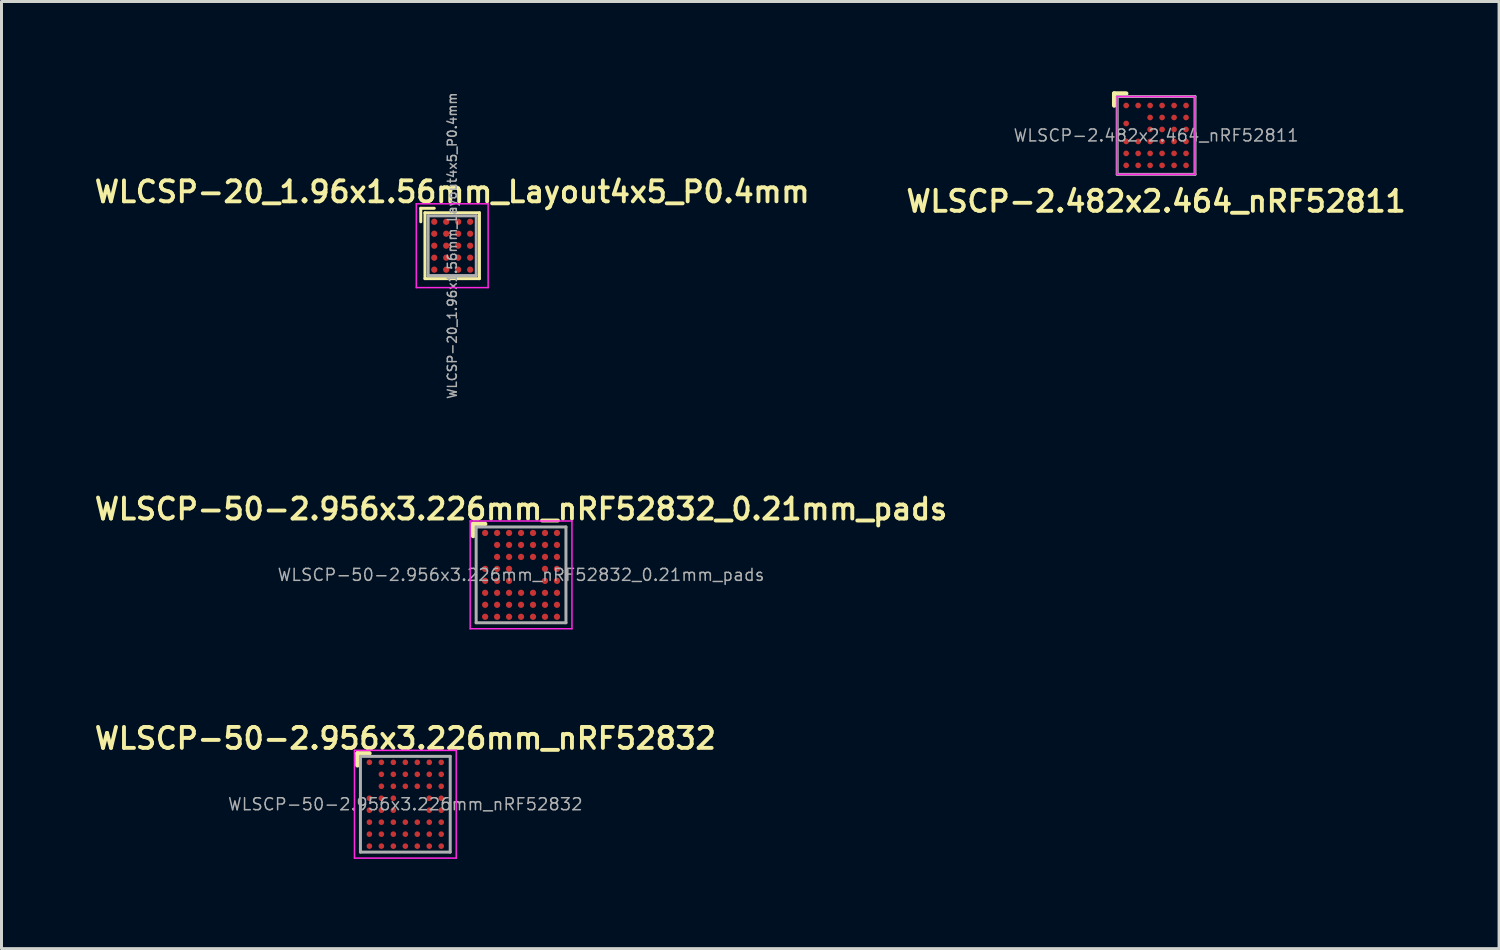
<source format=kicad_pcb>
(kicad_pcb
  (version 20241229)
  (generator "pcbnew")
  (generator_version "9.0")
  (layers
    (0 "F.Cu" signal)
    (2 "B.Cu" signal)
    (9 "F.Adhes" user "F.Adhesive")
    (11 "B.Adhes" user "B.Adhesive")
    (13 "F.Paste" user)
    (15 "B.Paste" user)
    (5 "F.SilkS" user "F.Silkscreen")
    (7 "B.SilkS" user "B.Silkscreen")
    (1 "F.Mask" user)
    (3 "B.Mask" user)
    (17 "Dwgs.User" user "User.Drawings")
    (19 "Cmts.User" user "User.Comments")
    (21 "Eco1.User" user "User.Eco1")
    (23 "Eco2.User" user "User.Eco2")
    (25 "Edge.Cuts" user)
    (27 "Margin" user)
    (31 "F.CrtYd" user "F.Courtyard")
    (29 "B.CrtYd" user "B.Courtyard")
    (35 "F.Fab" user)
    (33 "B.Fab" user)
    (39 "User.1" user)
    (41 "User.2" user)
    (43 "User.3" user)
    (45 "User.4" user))
  (footprint "WLSCP-2.482x2.464_nRF52811"
    (layer "F.Cu")
    (at 35.575 1.475)
    (property "Reference" "WLSCP-2.482x2.464_nRF52811" (at 0 2.2 0) (layer "F.SilkS") (effects (font (size 0.7 0.7) (thickness 0.13))))
    (attr through_hole)
    (fp_line (start -1.4 -1.4) (end -1.4 -1) (stroke (width 0.15) (type solid)) (layer "F.SilkS"))
    (fp_line (start -1.4 -1.4) (end -1 -1.4) (stroke (width 0.15) (type solid)) (layer "F.SilkS"))
    (fp_line (start -1.3 -1.3) (end -1.3 1.3) (stroke (width 0.05) (type solid)) (layer "F.CrtYd"))
    (fp_line (start -1.3 -1.3) (end 1.3 -1.3) (stroke (width 0.05) (type solid)) (layer "F.CrtYd"))
    (fp_line (start 1.3 -1.3) (end 1.3 1.3) (stroke (width 0.05) (type solid)) (layer "F.CrtYd"))
    (fp_line (start 1.3 1.3) (end -1.3 1.3) (stroke (width 0.05) (type solid)) (layer "F.CrtYd"))
    (fp_line (start -1.3 -1.3) (end -1.3 1.3) (stroke (width 0.1) (type solid)) (layer "F.Fab"))
    (fp_line (start -1.3 1.3) (end 1.3 1.3) (stroke (width 0.1) (type solid)) (layer "F.Fab"))
    (fp_line (start 1.3 -1.3) (end -1.3 -1.3) (stroke (width 0.1) (type solid)) (layer "F.Fab"))
    (fp_line (start 1.3 1.3) (end 1.3 -1.3) (stroke (width 0.1) (type solid)) (layer "F.Fab"))
    (fp_text user "${REFERENCE}" (at 0 0 0) (layer "F.Fab") (effects (font (size 0.4 0.4) (thickness 0.05))))
    (pad "A1" smd circle (at -1 -1) (size 0.19 0.19) (layers "F.Cu" "F.Mask" "F.Paste"))
    (pad "A2" smd circle (at -0.6 -1) (size 0.19 0.19) (layers "F.Cu" "F.Mask" "F.Paste"))
    (pad "A3" smd circle (at -0.2 -1) (size 0.19 0.19) (layers "F.Cu" "F.Mask" "F.Paste"))
    (pad "A4" smd circle (at 0.2 -1) (size 0.19 0.19) (layers "F.Cu" "F.Mask" "F.Paste"))
    (pad "A5" smd circle (at 0.6 -1) (size 0.19 0.19) (layers "F.Cu" "F.Mask" "F.Paste"))
    (pad "A6" smd circle (at 1 -1) (size 0.19 0.19) (layers "F.Cu" "F.Mask" "F.Paste"))
    (pad "B3" smd circle (at -0.2 -0.6) (size 0.19 0.19) (layers "F.Cu" "F.Mask" "F.Paste"))
    (pad "B4" smd circle (at 0.2 -0.6) (size 0.19 0.19) (layers "F.Cu" "F.Mask" "F.Paste"))
    (pad "B5" smd circle (at 0.6 -0.6) (size 0.19 0.19) (layers "F.Cu" "F.Mask" "F.Paste"))
    (pad "B6" smd circle (at 1 -0.6) (size 0.19 0.19) (layers "F.Cu" "F.Mask" "F.Paste"))
    (pad "C1" smd circle (at -1 -0.4) (size 0.19 0.19) (layers "F.Cu" "F.Mask" "F.Paste"))
    (pad "D3" smd circle (at -0.2 -0.2) (size 0.19 0.19) (layers "F.Cu" "F.Mask" "F.Paste"))
    (pad "D4" smd circle (at 0.2 -0.2) (size 0.19 0.19) (layers "F.Cu" "F.Mask" "F.Paste"))
    (pad "D5" smd circle (at 0.6 -0.2) (size 0.19 0.19) (layers "F.Cu" "F.Mask" "F.Paste"))
    (pad "D6" smd circle (at 1 -0.2) (size 0.19 0.19) (layers "F.Cu" "F.Mask" "F.Paste"))
    (pad "E1" smd circle (at -1 0.2) (size 0.19 0.19) (layers "F.Cu" "F.Mask" "F.Paste"))
    (pad "E2" smd circle (at -0.6 0.2) (size 0.19 0.19) (layers "F.Cu" "F.Mask" "F.Paste"))
    (pad "E3" smd circle (at -0.2 0.2) (size 0.19 0.19) (layers "F.Cu" "F.Mask" "F.Paste"))
    (pad "E4" smd circle (at 0.2 0.2) (size 0.19 0.19) (layers "F.Cu" "F.Mask" "F.Paste"))
    (pad "E5" smd circle (at 0.6 0.2) (size 0.19 0.19) (layers "F.Cu" "F.Mask" "F.Paste"))
    (pad "E6" smd circle (at 1 0.2) (size 0.19 0.19) (layers "F.Cu" "F.Mask" "F.Paste"))
    (pad "F1" smd circle (at -1 0.6) (size 0.19 0.19) (layers "F.Cu" "F.Mask" "F.Paste"))
    (pad "F2" smd circle (at -0.6 0.6) (size 0.19 0.19) (layers "F.Cu" "F.Mask" "F.Paste"))
    (pad "F3" smd circle (at -0.2 0.6) (size 0.19 0.19) (layers "F.Cu" "F.Mask" "F.Paste"))
    (pad "F4" smd circle (at 0.2 0.6) (size 0.19 0.19) (layers "F.Cu" "F.Mask" "F.Paste"))
    (pad "F5" smd circle (at 0.6 0.6) (size 0.19 0.19) (layers "F.Cu" "F.Mask" "F.Paste"))
    (pad "F6" smd circle (at 1 0.6) (size 0.19 0.19) (layers "F.Cu" "F.Mask" "F.Paste"))
    (pad "G1" smd circle (at -1 1) (size 0.19 0.19) (layers "F.Cu" "F.Mask" "F.Paste"))
    (pad "G2" smd circle (at -0.6 1) (size 0.19 0.19) (layers "F.Cu" "F.Mask" "F.Paste"))
    (pad "G3" smd circle (at -0.2 1) (size 0.19 0.19) (layers "F.Cu" "F.Mask" "F.Paste"))
    (pad "G4" smd circle (at 0.2 1) (size 0.19 0.19) (layers "F.Cu" "F.Mask" "F.Paste"))
    (pad "G5" smd circle (at 0.6 1) (size 0.19 0.19) (layers "F.Cu" "F.Mask" "F.Paste"))
    (pad "G6" smd circle (at 1 1) (size 0.19 0.19) (layers "F.Cu" "F.Mask" "F.Paste")))
  (footprint "WLSCP-50-2.956x3.226mm_nRF52832"
    (layer "F.Cu")
    (at 10.492 23.819)
    (property "Reference" "WLSCP-50-2.956x3.226mm_nRF52832" (at 0 -2.2 0) (layer "F.SilkS") (effects (font (size 0.7 0.7) (thickness 0.13))))
    (attr through_hole)
    (fp_line (start -1.6 -1.7) (end -1.6 -1.3) (stroke (width 0.15) (type solid)) (layer "F.SilkS"))
    (fp_line (start -1.6 -1.7) (end -1.2 -1.7) (stroke (width 0.15) (type solid)) (layer "F.SilkS"))
    (fp_line (start -1.7 -1.8) (end 1.7 -1.8) (stroke (width 0.05) (type solid)) (layer "F.CrtYd"))
    (fp_line (start -1.7 1.8) (end -1.7 -1.8) (stroke (width 0.05) (type solid)) (layer "F.CrtYd"))
    (fp_line (start 1.7 -1.8) (end 1.7 1.8) (stroke (width 0.05) (type solid)) (layer "F.CrtYd"))
    (fp_line (start 1.7 1.8) (end -1.7 1.8) (stroke (width 0.05) (type solid)) (layer "F.CrtYd"))
    (fp_line (start -1.5 -1.6) (end -1.5 1.6) (stroke (width 0.1) (type solid)) (layer "F.Fab"))
    (fp_line (start -1.5 -1.6) (end 1.5 -1.6) (stroke (width 0.1) (type solid)) (layer "F.Fab"))
    (fp_line (start -1.5 1.6) (end 1.5 1.6) (stroke (width 0.1) (type solid)) (layer "F.Fab"))
    (fp_line (start 1.5 -1.6) (end 1.5 1.6) (stroke (width 0.1) (type solid)) (layer "F.Fab"))
    (fp_text user "${REFERENCE}" (at 0 0 0) (layer "F.Fab") (effects (font (size 0.4 0.4) (thickness 0.05))))
    (pad "A1" smd circle (at -1.2 -1.4) (size 0.188 0.188) (layers "F.Cu" "F.Mask" "F.Paste"))
    (pad "A2" smd circle (at -0.8 -1.4) (size 0.188 0.188) (layers "F.Cu" "F.Mask" "F.Paste"))
    (pad "A3" smd circle (at -0.4 -1.4) (size 0.188 0.188) (layers "F.Cu" "F.Mask" "F.Paste"))
    (pad "A4" smd circle (at 0 -1.4) (size 0.188 0.188) (layers "F.Cu" "F.Mask" "F.Paste"))
    (pad "A5" smd circle (at 0.4 -1.4) (size 0.188 0.188) (layers "F.Cu" "F.Mask" "F.Paste"))
    (pad "A6" smd circle (at 0.8 -1.4) (size 0.188 0.188) (layers "F.Cu" "F.Mask" "F.Paste"))
    (pad "A7" smd circle (at 1.2 -1.4) (size 0.188 0.188) (layers "F.Cu" "F.Mask" "F.Paste"))
    (pad "B2" smd circle (at -0.8 -1) (size 0.188 0.188) (layers "F.Cu" "F.Mask" "F.Paste"))
    (pad "B3" smd circle (at -0.4 -1) (size 0.188 0.188) (layers "F.Cu" "F.Mask" "F.Paste"))
    (pad "B4" smd circle (at 0 -1) (size 0.188 0.188) (layers "F.Cu" "F.Mask" "F.Paste"))
    (pad "B5" smd circle (at 0.4 -1) (size 0.188 0.188) (layers "F.Cu" "F.Mask" "F.Paste"))
    (pad "B6" smd circle (at 0.8 -1) (size 0.188 0.188) (layers "F.Cu" "F.Mask" "F.Paste"))
    (pad "B7" smd circle (at 1.2 -1) (size 0.188 0.188) (layers "F.Cu" "F.Mask" "F.Paste"))
    (pad "C2" smd circle (at -0.8 -0.6) (size 0.188 0.188) (layers "F.Cu" "F.Mask" "F.Paste"))
    (pad "C3" smd circle (at -0.4 -0.6) (size 0.188 0.188) (layers "F.Cu" "F.Mask" "F.Paste"))
    (pad "C4" smd circle (at 0 -0.6) (size 0.188 0.188) (layers "F.Cu" "F.Mask" "F.Paste"))
    (pad "C5" smd circle (at 0.4 -0.6) (size 0.188 0.188) (layers "F.Cu" "F.Mask" "F.Paste"))
    (pad "C6" smd circle (at 0.8 -0.6) (size 0.188 0.188) (layers "F.Cu" "F.Mask" "F.Paste"))
    (pad "C7" smd circle (at 1.2 -0.6) (size 0.188 0.188) (layers "F.Cu" "F.Mask" "F.Paste"))
    (pad "D1" smd circle (at -1.2 -0.2) (size 0.188 0.188) (layers "F.Cu" "F.Mask" "F.Paste"))
    (pad "D2" smd circle (at -0.8 -0.2) (size 0.188 0.188) (layers "F.Cu" "F.Mask" "F.Paste"))
    (pad "D3" smd circle (at -0.4 -0.2) (size 0.188 0.188) (layers "F.Cu" "F.Mask" "F.Paste"))
    (pad "D6" smd circle (at 0.8 -0.2) (size 0.188 0.188) (layers "F.Cu" "F.Mask" "F.Paste"))
    (pad "D7" smd circle (at 1.2 -0.2) (size 0.188 0.188) (layers "F.Cu" "F.Mask" "F.Paste"))
    (pad "E1" smd circle (at -1.2 0.2) (size 0.188 0.188) (layers "F.Cu" "F.Mask" "F.Paste"))
    (pad "E2" smd circle (at -0.8 0.2) (size 0.188 0.188) (layers "F.Cu" "F.Mask" "F.Paste"))
    (pad "E3" smd circle (at -0.4 0.2) (size 0.188 0.188) (layers "F.Cu" "F.Mask" "F.Paste"))
    (pad "E6" smd circle (at 0.8 0.2) (size 0.188 0.188) (layers "F.Cu" "F.Mask" "F.Paste"))
    (pad "E7" smd circle (at 1.2 0.2) (size 0.188 0.188) (layers "F.Cu" "F.Mask" "F.Paste"))
    (pad "F1" smd circle (at -1.2 0.6) (size 0.188 0.188) (layers "F.Cu" "F.Mask" "F.Paste"))
    (pad "F2" smd circle (at -0.8 0.6) (size 0.188 0.188) (layers "F.Cu" "F.Mask" "F.Paste"))
    (pad "F3" smd circle (at -0.4 0.6) (size 0.188 0.188) (layers "F.Cu" "F.Mask" "F.Paste"))
    (pad "F4" smd circle (at 0 0.6) (size 0.188 0.188) (layers "F.Cu" "F.Mask" "F.Paste"))
    (pad "F5" smd circle (at 0.4 0.6) (size 0.188 0.188) (layers "F.Cu" "F.Mask" "F.Paste"))
    (pad "F6" smd circle (at 0.8 0.6) (size 0.188 0.188) (layers "F.Cu" "F.Mask" "F.Paste"))
    (pad "F7" smd circle (at 1.2 0.6) (size 0.188 0.188) (layers "F.Cu" "F.Mask" "F.Paste"))
    (pad "G1" smd circle (at -1.2 1) (size 0.188 0.188) (layers "F.Cu" "F.Mask" "F.Paste"))
    (pad "G2" smd circle (at -0.8 1) (size 0.188 0.188) (layers "F.Cu" "F.Mask" "F.Paste"))
    (pad "G3" smd circle (at -0.4 1) (size 0.188 0.188) (layers "F.Cu" "F.Mask" "F.Paste"))
    (pad "G4" smd circle (at 0 1) (size 0.188 0.188) (layers "F.Cu" "F.Mask" "F.Paste"))
    (pad "G5" smd circle (at 0.4 1) (size 0.188 0.188) (layers "F.Cu" "F.Mask" "F.Paste"))
    (pad "G6" smd circle (at 0.8 1) (size 0.188 0.188) (layers "F.Cu" "F.Mask" "F.Paste"))
    (pad "G7" smd circle (at 1.2 1) (size 0.188 0.188) (layers "F.Cu" "F.Mask" "F.Paste"))
    (pad "H1" smd circle (at -1.2 1.4) (size 0.188 0.188) (layers "F.Cu" "F.Mask" "F.Paste"))
    (pad "H2" smd circle (at -0.8 1.4) (size 0.188 0.188) (layers "F.Cu" "F.Mask" "F.Paste"))
    (pad "H3" smd circle (at -0.4 1.4) (size 0.188 0.188) (layers "F.Cu" "F.Mask" "F.Paste"))
    (pad "H4" smd circle (at 0 1.4) (size 0.188 0.188) (layers "F.Cu" "F.Mask" "F.Paste"))
    (pad "H5" smd circle (at 0.4 1.4) (size 0.188 0.188) (layers "F.Cu" "F.Mask" "F.Paste"))
    (pad "H6" smd circle (at 0.8 1.4) (size 0.188 0.188) (layers "F.Cu" "F.Mask" "F.Paste"))
    (pad "H7" smd circle (at 1.2 1.4) (size 0.188 0.188) (layers "F.Cu" "F.Mask" "F.Paste")))
  (footprint "WLSCP-50-2.956x3.226mm_nRF52832_0.21mm_pads"
    (layer "F.Cu")
    (at 14.358 16.156)
    (property "Reference" "WLSCP-50-2.956x3.226mm_nRF52832_0.21mm_pads" (at 0 -2.2 0) (layer "F.SilkS") (effects (font (size 0.7 0.7) (thickness 0.13))))
    (attr smd)
    (fp_line (start -1.6 -1.7) (end -1.6 -1.3) (stroke (width 0.15) (type solid)) (layer "F.SilkS"))
    (fp_line (start -1.6 -1.7) (end -1.2 -1.7) (stroke (width 0.15) (type solid)) (layer "F.SilkS"))
    (fp_line (start -1.7 -1.8) (end 1.7 -1.8) (stroke (width 0.05) (type solid)) (layer "F.CrtYd"))
    (fp_line (start -1.7 1.8) (end -1.7 -1.8) (stroke (width 0.05) (type solid)) (layer "F.CrtYd"))
    (fp_line (start 1.7 -1.8) (end 1.7 1.8) (stroke (width 0.05) (type solid)) (layer "F.CrtYd"))
    (fp_line (start 1.7 1.8) (end -1.7 1.8) (stroke (width 0.05) (type solid)) (layer "F.CrtYd"))
    (fp_line (start -1.5 -1.6) (end -1.5 1.6) (stroke (width 0.1) (type solid)) (layer "F.Fab"))
    (fp_line (start -1.5 -1.6) (end 1.5 -1.6) (stroke (width 0.1) (type solid)) (layer "F.Fab"))
    (fp_line (start -1.5 1.6) (end 1.5 1.6) (stroke (width 0.1) (type solid)) (layer "F.Fab"))
    (fp_line (start 1.5 -1.6) (end 1.5 1.6) (stroke (width 0.1) (type solid)) (layer "F.Fab"))
    (fp_text user "${REFERENCE}" (at 0 0 0) (layer "F.Fab") (effects (font (size 0.4 0.4) (thickness 0.05))))
    (pad "A1" smd circle (at -1.2 -1.4) (size 0.21 0.21) (layers "F.Cu" "F.Mask" "F.Paste"))
    (pad "A2" smd circle (at -0.8 -1.4) (size 0.21 0.21) (layers "F.Cu" "F.Mask" "F.Paste"))
    (pad "A3" smd circle (at -0.4 -1.4) (size 0.21 0.21) (layers "F.Cu" "F.Mask" "F.Paste"))
    (pad "A4" smd circle (at 0 -1.4) (size 0.21 0.21) (layers "F.Cu" "F.Mask" "F.Paste"))
    (pad "A5" smd circle (at 0.4 -1.4) (size 0.21 0.21) (layers "F.Cu" "F.Mask" "F.Paste"))
    (pad "A6" smd circle (at 0.8 -1.4) (size 0.21 0.21) (layers "F.Cu" "F.Mask" "F.Paste"))
    (pad "A7" smd circle (at 1.2 -1.4) (size 0.21 0.21) (layers "F.Cu" "F.Mask" "F.Paste"))
    (pad "B2" smd circle (at -0.8 -1) (size 0.21 0.21) (layers "F.Cu" "F.Mask" "F.Paste"))
    (pad "B3" smd circle (at -0.4 -1) (size 0.21 0.21) (layers "F.Cu" "F.Mask" "F.Paste"))
    (pad "B4" smd circle (at 0 -1) (size 0.21 0.21) (layers "F.Cu" "F.Mask" "F.Paste"))
    (pad "B5" smd circle (at 0.4 -1) (size 0.21 0.21) (layers "F.Cu" "F.Mask" "F.Paste"))
    (pad "B6" smd circle (at 0.8 -1) (size 0.21 0.21) (layers "F.Cu" "F.Mask" "F.Paste"))
    (pad "B7" smd circle (at 1.2 -1) (size 0.21 0.21) (layers "F.Cu" "F.Mask" "F.Paste"))
    (pad "C2" smd circle (at -0.8 -0.6) (size 0.21 0.21) (layers "F.Cu" "F.Mask" "F.Paste"))
    (pad "C3" smd circle (at -0.4 -0.6) (size 0.21 0.21) (layers "F.Cu" "F.Mask" "F.Paste"))
    (pad "C4" smd circle (at 0 -0.6) (size 0.21 0.21) (layers "F.Cu" "F.Mask" "F.Paste"))
    (pad "C5" smd circle (at 0.4 -0.6) (size 0.21 0.21) (layers "F.Cu" "F.Mask" "F.Paste"))
    (pad "C6" smd circle (at 0.8 -0.6) (size 0.21 0.21) (layers "F.Cu" "F.Mask" "F.Paste"))
    (pad "C7" smd circle (at 1.2 -0.6) (size 0.21 0.21) (layers "F.Cu" "F.Mask" "F.Paste"))
    (pad "D1" smd circle (at -1.2 -0.2) (size 0.21 0.21) (layers "F.Cu" "F.Mask" "F.Paste"))
    (pad "D2" smd circle (at -0.8 -0.2) (size 0.21 0.21) (layers "F.Cu" "F.Mask" "F.Paste"))
    (pad "D3" smd circle (at -0.4 -0.2) (size 0.21 0.21) (layers "F.Cu" "F.Mask" "F.Paste"))
    (pad "D6" smd circle (at 0.8 -0.2) (size 0.21 0.21) (layers "F.Cu" "F.Mask" "F.Paste"))
    (pad "D7" smd circle (at 1.2 -0.2) (size 0.21 0.21) (layers "F.Cu" "F.Mask" "F.Paste"))
    (pad "E1" smd circle (at -1.2 0.2) (size 0.21 0.21) (layers "F.Cu" "F.Mask" "F.Paste"))
    (pad "E2" smd circle (at -0.8 0.2) (size 0.21 0.21) (layers "F.Cu" "F.Mask" "F.Paste"))
    (pad "E3" smd circle (at -0.4 0.2) (size 0.21 0.21) (layers "F.Cu" "F.Mask" "F.Paste"))
    (pad "E6" smd circle (at 0.8 0.2) (size 0.21 0.21) (layers "F.Cu" "F.Mask" "F.Paste"))
    (pad "E7" smd circle (at 1.2 0.2) (size 0.21 0.21) (layers "F.Cu" "F.Mask" "F.Paste"))
    (pad "F1" smd circle (at -1.2 0.6) (size 0.21 0.21) (layers "F.Cu" "F.Mask" "F.Paste"))
    (pad "F2" smd circle (at -0.8 0.6) (size 0.21 0.21) (layers "F.Cu" "F.Mask" "F.Paste"))
    (pad "F3" smd circle (at -0.4 0.6) (size 0.21 0.21) (layers "F.Cu" "F.Mask" "F.Paste"))
    (pad "F4" smd circle (at 0 0.6) (size 0.21 0.21) (layers "F.Cu" "F.Mask" "F.Paste"))
    (pad "F5" smd circle (at 0.4 0.6) (size 0.21 0.21) (layers "F.Cu" "F.Mask" "F.Paste"))
    (pad "F6" smd circle (at 0.8 0.6) (size 0.21 0.21) (layers "F.Cu" "F.Mask" "F.Paste"))
    (pad "F7" smd circle (at 1.2 0.6) (size 0.21 0.21) (layers "F.Cu" "F.Mask" "F.Paste"))
    (pad "G1" smd circle (at -1.2 1) (size 0.21 0.21) (layers "F.Cu" "F.Mask" "F.Paste"))
    (pad "G2" smd circle (at -0.8 1) (size 0.21 0.21) (layers "F.Cu" "F.Mask" "F.Paste"))
    (pad "G3" smd circle (at -0.4 1) (size 0.21 0.21) (layers "F.Cu" "F.Mask" "F.Paste"))
    (pad "G4" smd circle (at 0 1) (size 0.21 0.21) (layers "F.Cu" "F.Mask" "F.Paste"))
    (pad "G5" smd circle (at 0.4 1) (size 0.21 0.21) (layers "F.Cu" "F.Mask" "F.Paste"))
    (pad "G6" smd circle (at 0.8 1) (size 0.21 0.21) (layers "F.Cu" "F.Mask" "F.Paste"))
    (pad "G7" smd circle (at 1.2 1) (size 0.21 0.21) (layers "F.Cu" "F.Mask" "F.Paste"))
    (pad "H1" smd circle (at -1.2 1.4) (size 0.21 0.21) (layers "F.Cu" "F.Mask" "F.Paste"))
    (pad "H2" smd circle (at -0.8 1.4) (size 0.21 0.21) (layers "F.Cu" "F.Mask" "F.Paste"))
    (pad "H3" smd circle (at -0.4 1.4) (size 0.21 0.21) (layers "F.Cu" "F.Mask" "F.Paste"))
    (pad "H4" smd circle (at 0 1.4) (size 0.21 0.21) (layers "F.Cu" "F.Mask" "F.Paste"))
    (pad "H5" smd circle (at 0.4 1.4) (size 0.21 0.21) (layers "F.Cu" "F.Mask" "F.Paste"))
    (pad "H6" smd circle (at 0.8 1.4) (size 0.21 0.21) (layers "F.Cu" "F.Mask" "F.Paste"))
    (pad "H7" smd circle (at 1.2 1.4) (size 0.21 0.21) (layers "F.Cu" "F.Mask" "F.Paste")))
  (footprint "WLCSP-20_1.96x1.56mm_Layout4x5_P0.4mm"
    (layer "F.Cu")
    (at 12.058 5.159)
    (property "Reference" "WLCSP-20_1.96x1.56mm_Layout4x5_P0.4mm" (at 0 -1.8 0) (layer "F.SilkS") (effects (font (size 0.7 0.7) (thickness 0.13))))
    (attr smd)
    (fp_line (start -1.05 -1.25) (end -1.05 -0.8) (stroke (width 0.1) (type solid)) (layer "F.SilkS"))
    (fp_line (start -0.91 -1.1) (end -0.91 1.1) (stroke (width 0.1) (type solid)) (layer "F.SilkS"))
    (fp_line (start -0.6 -1.25) (end -1.05 -1.25) (stroke (width 0.1) (type solid)) (layer "F.SilkS"))
    (fp_line (start 0.91 -1.1) (end -0.91 -1.1) (stroke (width 0.1) (type solid)) (layer "F.SilkS"))
    (fp_line (start 0.91 -1.1) (end 0.91 1.1) (stroke (width 0.1) (type solid)) (layer "F.SilkS"))
    (fp_line (start 0.91 1.1) (end -0.91 1.1) (stroke (width 0.1) (type solid)) (layer "F.SilkS"))
    (fp_line (start -1.2 -1.4) (end -1.2 1.4) (stroke (width 0.05) (type solid)) (layer "F.CrtYd"))
    (fp_line (start -1.2 -1.4) (end 1.2 -1.4) (stroke (width 0.05) (type solid)) (layer "F.CrtYd"))
    (fp_line (start -1.2 1.4) (end 1.2 1.4) (stroke (width 0.05) (type solid)) (layer "F.CrtYd"))
    (fp_line (start 1.2 -1.4) (end 1.2 1.4) (stroke (width 0.05) (type solid)) (layer "F.CrtYd"))
    (fp_line (start -0.804 -0.997) (end -0.804 0.997) (stroke (width 0.1) (type solid)) (layer "F.Fab"))
    (fp_line (start -0.804 -0.997) (end 0.804 -0.997) (stroke (width 0.1) (type solid)) (layer "F.Fab"))
    (fp_line (start -0.804 0.997) (end 0.804 0.997) (stroke (width 0.1) (type solid)) (layer "F.Fab"))
    (fp_line (start 0.804 -0.997) (end 0.804 0.997) (stroke (width 0.1) (type solid)) (layer "F.Fab"))
    (fp_text user "${REFERENCE}" (at 0 0 270) (layer "F.Fab") (effects (font (size 0.3 0.3) (thickness 0.05))))
    (pad "A1" smd circle (at -0.6 -0.8 270) (size 0.21 0.21) (layers "F.Cu" "F.Mask" "F.Paste"))
    (pad "A2" smd circle (at -0.2 -0.8 270) (size 0.21 0.21) (layers "F.Cu" "F.Mask" "F.Paste"))
    (pad "A3" smd circle (at 0.2 -0.8 270) (size 0.21 0.21) (layers "F.Cu" "F.Mask" "F.Paste"))
    (pad "A4" smd circle (at 0.6 -0.8 270) (size 0.21 0.21) (layers "F.Cu" "F.Mask" "F.Paste"))
    (pad "B1" smd circle (at -0.6 -0.4 270) (size 0.21 0.21) (layers "F.Cu" "F.Mask" "F.Paste"))
    (pad "B2" smd circle (at -0.2 -0.4 270) (size 0.21 0.21) (layers "F.Cu" "F.Mask" "F.Paste"))
    (pad "B3" smd circle (at 0.2 -0.4 270) (size 0.21 0.21) (layers "F.Cu" "F.Mask" "F.Paste"))
    (pad "B4" smd circle (at 0.6 -0.4 270) (size 0.21 0.21) (layers "F.Cu" "F.Mask" "F.Paste"))
    (pad "C1" smd circle (at -0.6 0 270) (size 0.21 0.21) (layers "F.Cu" "F.Mask" "F.Paste"))
    (pad "C2" smd circle (at -0.2 0 270) (size 0.21 0.21) (layers "F.Cu" "F.Mask" "F.Paste"))
    (pad "C3" smd circle (at 0.2 0 270) (size 0.21 0.21) (layers "F.Cu" "F.Mask" "F.Paste"))
    (pad "C4" smd circle (at 0.6 0 270) (size 0.21 0.21) (layers "F.Cu" "F.Mask" "F.Paste"))
    (pad "D1" smd circle (at -0.6 0.4 270) (size 0.21 0.21) (layers "F.Cu" "F.Mask" "F.Paste"))
    (pad "D2" smd circle (at -0.2 0.4 270) (size 0.21 0.21) (layers "F.Cu" "F.Mask" "F.Paste"))
    (pad "D3" smd circle (at 0.2 0.4 270) (size 0.21 0.21) (layers "F.Cu" "F.Mask" "F.Paste"))
    (pad "D4" smd circle (at 0.6 0.4 270) (size 0.21 0.21) (layers "F.Cu" "F.Mask" "F.Paste"))
    (pad "E1" smd circle (at -0.6 0.8 270) (size 0.21 0.21) (layers "F.Cu" "F.Mask" "F.Paste"))
    (pad "E2" smd circle (at -0.2 0.8 270) (size 0.21 0.21) (layers "F.Cu" "F.Mask" "F.Paste"))
    (pad "E3" smd circle (at 0.2 0.8 270) (size 0.21 0.21) (layers "F.Cu" "F.Mask" "F.Paste"))
    (pad "E4" smd circle (at 0.6 0.8 270) (size 0.21 0.21) (layers "F.Cu" "F.Mask" "F.Paste")))
  (gr_rect
    (start -3 -3)
    (end 47.033 28.644)
    (stroke (width 0.1) (type default))
    (fill no)
    (layer "Edge.Cuts")))
</source>
